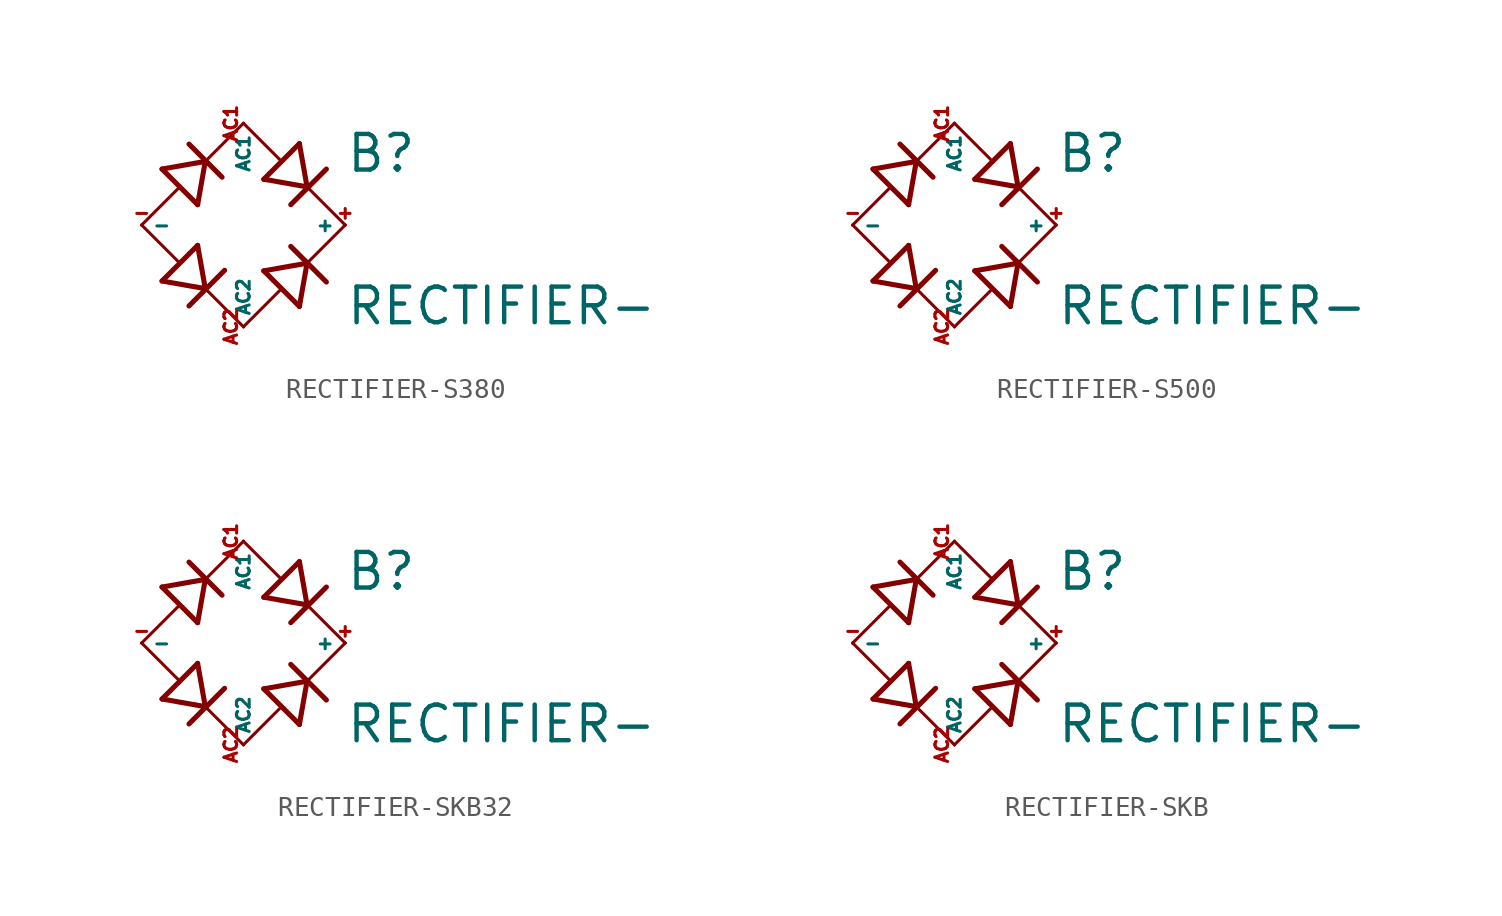
<source format=kicad_sym>
(kicad_symbol_lib
  (version 20220914)
  (generator Eagle2Kicad)
  (symbol "RECTIFIER-S380"
    (property "Reference" "B"
      (at 5.08 2.54 0)
      (effects (font (size 1.778 1.778) (thickness 0.22)) (justify left bottom)))
    (property "Value" "RECTIFIER-"
      (at 5.08 -5.08 0)
      (effects (font (size 1.778 1.778) (thickness 0.22)) (justify left bottom)))
    (polyline
      (pts (xy -1.905 -3.175) (xy -4.064 -2.794))
      (stroke (width 0.254) (type default))
      (fill (type none)))
    (polyline
      (pts (xy -1.905 -3.175) (xy -2.286 -1.016))
      (stroke (width 0.254) (type default))
      (fill (type none)))
    (polyline
      (pts (xy -2.718 -4.039) (xy -0.94 -2.261))
      (stroke (width 0.254) (type default))
      (fill (type none)))
    (polyline
      (pts (xy -1.905 3.175) (xy -4.064 2.794))
      (stroke (width 0.254) (type default))
      (fill (type none)))
    (polyline
      (pts (xy -1.905 3.175) (xy -2.286 1.016))
      (stroke (width 0.254) (type default))
      (fill (type none)))
    (polyline
      (pts (xy -2.718 4.039) (xy -1.067 2.388))
      (stroke (width 0.254) (type default))
      (fill (type none)))
    (polyline
      (pts (xy 3.175 1.905) (xy 2.794 4.064))
      (stroke (width 0.254) (type default))
      (fill (type none)))
    (polyline
      (pts (xy 3.175 1.905) (xy 1.016 2.286))
      (stroke (width 0.254) (type default))
      (fill (type none)))
    (polyline
      (pts (xy 2.362 1.016) (xy 4.14 2.794))
      (stroke (width 0.254) (type default))
      (fill (type none)))
    (polyline
      (pts (xy 3.175 -1.905) (xy 2.794 -4.064))
      (stroke (width 0.254) (type default))
      (fill (type none)))
    (polyline
      (pts (xy 3.175 -1.905) (xy 1.016 -2.286))
      (stroke (width 0.254) (type default))
      (fill (type none)))
    (polyline
      (pts (xy 2.362 -1.067) (xy 4.14 -2.845))
      (stroke (width 0.254) (type default))
      (fill (type none)))
    (polyline
      (pts (xy 5.08 0) (xy 3.175 -1.905))
      (stroke (width 0.152) (type default))
      (fill (type none)))
    (polyline
      (pts (xy 0 -5.08) (xy -1.905 -3.175))
      (stroke (width 0.152) (type default))
      (fill (type none)))
    (polyline
      (pts (xy -3.277 -1.803) (xy -5.08 0))
      (stroke (width 0.152) (type default))
      (fill (type none)))
    (polyline
      (pts (xy -4.064 -2.794) (xy -2.286 -1.016))
      (stroke (width 0.254) (type default))
      (fill (type none)))
    (polyline
      (pts (xy -5.08 0) (xy -3.277 1.803))
      (stroke (width 0.152) (type default))
      (fill (type none)))
    (polyline
      (pts (xy -4.064 2.794) (xy -2.286 1.016))
      (stroke (width 0.254) (type default))
      (fill (type none)))
    (polyline
      (pts (xy -1.905 3.175) (xy 0 5.08))
      (stroke (width 0.152) (type default))
      (fill (type none)))
    (polyline
      (pts (xy 0 5.08) (xy 1.803 3.277))
      (stroke (width 0.152) (type default))
      (fill (type none)))
    (polyline
      (pts (xy 1.016 2.286) (xy 2.794 4.064))
      (stroke (width 0.254) (type default))
      (fill (type none)))
    (polyline
      (pts (xy 3.175 1.905) (xy 5.08 0))
      (stroke (width 0.152) (type default))
      (fill (type none)))
    (polyline
      (pts (xy 0 -5.08) (xy 1.803 -3.277))
      (stroke (width 0.152) (type default))
      (fill (type none)))
    (polyline
      (pts (xy 1.016 -2.286) (xy 2.794 -4.064))
      (stroke (width 0.254) (type default))
      (fill (type none)))
    (pin passive line
      (at 0 5.08 270)
      (length 0)
      (name "AC1" (effects (font (size 0.635 0.635) (thickness 0.08)) (justify left bottom)))
      (number "AC1" (effects (font (size 0.635 0.635) (thickness 0.08)) (justify left bottom))))
    (pin passive line
      (at 5.08 0 180)
      (length 0)
      (name "+" (effects (font (size 0.635 0.635) (thickness 0.08)) (justify left bottom)))
      (number "+" (effects (font (size 0.635 0.635) (thickness 0.08)) (justify left bottom))))
    (pin passive line
      (at 0 -5.08 90)
      (length 0)
      (name "AC2" (effects (font (size 0.635 0.635) (thickness 0.08)) (justify left bottom)))
      (number "AC2" (effects (font (size 0.635 0.635) (thickness 0.08)) (justify left bottom))))
    (pin passive line
      (at -5.08 0 0)
      (length 0)
      (name "-" (effects (font (size 0.635 0.635) (thickness 0.08)) (justify left bottom)))
      (number "-" (effects (font (size 0.635 0.635) (thickness 0.08)) (justify left bottom)))))
  (symbol "RECTIFIER-S500"
    (property "Reference" "B"
      (at 5.08 2.54 0)
      (effects (font (size 1.778 1.778) (thickness 0.22)) (justify left bottom)))
    (property "Value" "RECTIFIER-"
      (at 5.08 -5.08 0)
      (effects (font (size 1.778 1.778) (thickness 0.22)) (justify left bottom)))
    (polyline
      (pts (xy -1.905 -3.175) (xy -4.064 -2.794))
      (stroke (width 0.254) (type default))
      (fill (type none)))
    (polyline
      (pts (xy -1.905 -3.175) (xy -2.286 -1.016))
      (stroke (width 0.254) (type default))
      (fill (type none)))
    (polyline
      (pts (xy -2.718 -4.039) (xy -0.94 -2.261))
      (stroke (width 0.254) (type default))
      (fill (type none)))
    (polyline
      (pts (xy -1.905 3.175) (xy -4.064 2.794))
      (stroke (width 0.254) (type default))
      (fill (type none)))
    (polyline
      (pts (xy -1.905 3.175) (xy -2.286 1.016))
      (stroke (width 0.254) (type default))
      (fill (type none)))
    (polyline
      (pts (xy -2.718 4.039) (xy -1.067 2.388))
      (stroke (width 0.254) (type default))
      (fill (type none)))
    (polyline
      (pts (xy 3.175 1.905) (xy 2.794 4.064))
      (stroke (width 0.254) (type default))
      (fill (type none)))
    (polyline
      (pts (xy 3.175 1.905) (xy 1.016 2.286))
      (stroke (width 0.254) (type default))
      (fill (type none)))
    (polyline
      (pts (xy 2.362 1.016) (xy 4.14 2.794))
      (stroke (width 0.254) (type default))
      (fill (type none)))
    (polyline
      (pts (xy 3.175 -1.905) (xy 2.794 -4.064))
      (stroke (width 0.254) (type default))
      (fill (type none)))
    (polyline
      (pts (xy 3.175 -1.905) (xy 1.016 -2.286))
      (stroke (width 0.254) (type default))
      (fill (type none)))
    (polyline
      (pts (xy 2.362 -1.067) (xy 4.14 -2.845))
      (stroke (width 0.254) (type default))
      (fill (type none)))
    (polyline
      (pts (xy 5.08 0) (xy 3.175 -1.905))
      (stroke (width 0.152) (type default))
      (fill (type none)))
    (polyline
      (pts (xy 0 -5.08) (xy -1.905 -3.175))
      (stroke (width 0.152) (type default))
      (fill (type none)))
    (polyline
      (pts (xy -3.277 -1.803) (xy -5.08 0))
      (stroke (width 0.152) (type default))
      (fill (type none)))
    (polyline
      (pts (xy -4.064 -2.794) (xy -2.286 -1.016))
      (stroke (width 0.254) (type default))
      (fill (type none)))
    (polyline
      (pts (xy -5.08 0) (xy -3.277 1.803))
      (stroke (width 0.152) (type default))
      (fill (type none)))
    (polyline
      (pts (xy -4.064 2.794) (xy -2.286 1.016))
      (stroke (width 0.254) (type default))
      (fill (type none)))
    (polyline
      (pts (xy -1.905 3.175) (xy 0 5.08))
      (stroke (width 0.152) (type default))
      (fill (type none)))
    (polyline
      (pts (xy 0 5.08) (xy 1.803 3.277))
      (stroke (width 0.152) (type default))
      (fill (type none)))
    (polyline
      (pts (xy 1.016 2.286) (xy 2.794 4.064))
      (stroke (width 0.254) (type default))
      (fill (type none)))
    (polyline
      (pts (xy 3.175 1.905) (xy 5.08 0))
      (stroke (width 0.152) (type default))
      (fill (type none)))
    (polyline
      (pts (xy 0 -5.08) (xy 1.803 -3.277))
      (stroke (width 0.152) (type default))
      (fill (type none)))
    (polyline
      (pts (xy 1.016 -2.286) (xy 2.794 -4.064))
      (stroke (width 0.254) (type default))
      (fill (type none)))
    (pin passive line
      (at 0 5.08 270)
      (length 0)
      (name "AC1" (effects (font (size 0.635 0.635) (thickness 0.08)) (justify left bottom)))
      (number "AC1" (effects (font (size 0.635 0.635) (thickness 0.08)) (justify left bottom))))
    (pin passive line
      (at 5.08 0 180)
      (length 0)
      (name "+" (effects (font (size 0.635 0.635) (thickness 0.08)) (justify left bottom)))
      (number "+" (effects (font (size 0.635 0.635) (thickness 0.08)) (justify left bottom))))
    (pin passive line
      (at 0 -5.08 90)
      (length 0)
      (name "AC2" (effects (font (size 0.635 0.635) (thickness 0.08)) (justify left bottom)))
      (number "AC2" (effects (font (size 0.635 0.635) (thickness 0.08)) (justify left bottom))))
    (pin passive line
      (at -5.08 0 0)
      (length 0)
      (name "-" (effects (font (size 0.635 0.635) (thickness 0.08)) (justify left bottom)))
      (number "-" (effects (font (size 0.635 0.635) (thickness 0.08)) (justify left bottom)))))
  (symbol "RECTIFIER-SKB32"
    (property "Reference" "B"
      (at 5.08 2.54 0)
      (effects (font (size 1.778 1.778) (thickness 0.22)) (justify left bottom)))
    (property "Value" "RECTIFIER-"
      (at 5.08 -5.08 0)
      (effects (font (size 1.778 1.778) (thickness 0.22)) (justify left bottom)))
    (polyline
      (pts (xy -1.905 -3.175) (xy -4.064 -2.794))
      (stroke (width 0.254) (type default))
      (fill (type none)))
    (polyline
      (pts (xy -1.905 -3.175) (xy -2.286 -1.016))
      (stroke (width 0.254) (type default))
      (fill (type none)))
    (polyline
      (pts (xy -2.718 -4.039) (xy -0.94 -2.261))
      (stroke (width 0.254) (type default))
      (fill (type none)))
    (polyline
      (pts (xy -1.905 3.175) (xy -4.064 2.794))
      (stroke (width 0.254) (type default))
      (fill (type none)))
    (polyline
      (pts (xy -1.905 3.175) (xy -2.286 1.016))
      (stroke (width 0.254) (type default))
      (fill (type none)))
    (polyline
      (pts (xy -2.718 4.039) (xy -1.067 2.388))
      (stroke (width 0.254) (type default))
      (fill (type none)))
    (polyline
      (pts (xy 3.175 1.905) (xy 2.794 4.064))
      (stroke (width 0.254) (type default))
      (fill (type none)))
    (polyline
      (pts (xy 3.175 1.905) (xy 1.016 2.286))
      (stroke (width 0.254) (type default))
      (fill (type none)))
    (polyline
      (pts (xy 2.362 1.016) (xy 4.14 2.794))
      (stroke (width 0.254) (type default))
      (fill (type none)))
    (polyline
      (pts (xy 3.175 -1.905) (xy 2.794 -4.064))
      (stroke (width 0.254) (type default))
      (fill (type none)))
    (polyline
      (pts (xy 3.175 -1.905) (xy 1.016 -2.286))
      (stroke (width 0.254) (type default))
      (fill (type none)))
    (polyline
      (pts (xy 2.362 -1.067) (xy 4.14 -2.845))
      (stroke (width 0.254) (type default))
      (fill (type none)))
    (polyline
      (pts (xy 5.08 0) (xy 3.175 -1.905))
      (stroke (width 0.152) (type default))
      (fill (type none)))
    (polyline
      (pts (xy 0 -5.08) (xy -1.905 -3.175))
      (stroke (width 0.152) (type default))
      (fill (type none)))
    (polyline
      (pts (xy -3.277 -1.803) (xy -5.08 0))
      (stroke (width 0.152) (type default))
      (fill (type none)))
    (polyline
      (pts (xy -4.064 -2.794) (xy -2.286 -1.016))
      (stroke (width 0.254) (type default))
      (fill (type none)))
    (polyline
      (pts (xy -5.08 0) (xy -3.277 1.803))
      (stroke (width 0.152) (type default))
      (fill (type none)))
    (polyline
      (pts (xy -4.064 2.794) (xy -2.286 1.016))
      (stroke (width 0.254) (type default))
      (fill (type none)))
    (polyline
      (pts (xy -1.905 3.175) (xy 0 5.08))
      (stroke (width 0.152) (type default))
      (fill (type none)))
    (polyline
      (pts (xy 0 5.08) (xy 1.803 3.277))
      (stroke (width 0.152) (type default))
      (fill (type none)))
    (polyline
      (pts (xy 1.016 2.286) (xy 2.794 4.064))
      (stroke (width 0.254) (type default))
      (fill (type none)))
    (polyline
      (pts (xy 3.175 1.905) (xy 5.08 0))
      (stroke (width 0.152) (type default))
      (fill (type none)))
    (polyline
      (pts (xy 0 -5.08) (xy 1.803 -3.277))
      (stroke (width 0.152) (type default))
      (fill (type none)))
    (polyline
      (pts (xy 1.016 -2.286) (xy 2.794 -4.064))
      (stroke (width 0.254) (type default))
      (fill (type none)))
    (pin passive line
      (at 0 5.08 270)
      (length 0)
      (name "AC1" (effects (font (size 0.635 0.635) (thickness 0.08)) (justify left bottom)))
      (number "AC1" (effects (font (size 0.635 0.635) (thickness 0.08)) (justify left bottom))))
    (pin passive line
      (at 5.08 0 180)
      (length 0)
      (name "+" (effects (font (size 0.635 0.635) (thickness 0.08)) (justify left bottom)))
      (number "+" (effects (font (size 0.635 0.635) (thickness 0.08)) (justify left bottom))))
    (pin passive line
      (at 0 -5.08 90)
      (length 0)
      (name "AC2" (effects (font (size 0.635 0.635) (thickness 0.08)) (justify left bottom)))
      (number "AC2" (effects (font (size 0.635 0.635) (thickness 0.08)) (justify left bottom))))
    (pin passive line
      (at -5.08 0 0)
      (length 0)
      (name "-" (effects (font (size 0.635 0.635) (thickness 0.08)) (justify left bottom)))
      (number "-" (effects (font (size 0.635 0.635) (thickness 0.08)) (justify left bottom)))))
  (symbol "RECTIFIER-SKB"
    (property "Reference" "B"
      (at 5.08 2.54 0)
      (effects (font (size 1.778 1.778) (thickness 0.22)) (justify left bottom)))
    (property "Value" "RECTIFIER-"
      (at 5.08 -5.08 0)
      (effects (font (size 1.778 1.778) (thickness 0.22)) (justify left bottom)))
    (polyline
      (pts (xy -1.905 -3.175) (xy -4.064 -2.794))
      (stroke (width 0.254) (type default))
      (fill (type none)))
    (polyline
      (pts (xy -1.905 -3.175) (xy -2.286 -1.016))
      (stroke (width 0.254) (type default))
      (fill (type none)))
    (polyline
      (pts (xy -2.718 -4.039) (xy -0.94 -2.261))
      (stroke (width 0.254) (type default))
      (fill (type none)))
    (polyline
      (pts (xy -1.905 3.175) (xy -4.064 2.794))
      (stroke (width 0.254) (type default))
      (fill (type none)))
    (polyline
      (pts (xy -1.905 3.175) (xy -2.286 1.016))
      (stroke (width 0.254) (type default))
      (fill (type none)))
    (polyline
      (pts (xy -2.718 4.039) (xy -1.067 2.388))
      (stroke (width 0.254) (type default))
      (fill (type none)))
    (polyline
      (pts (xy 3.175 1.905) (xy 2.794 4.064))
      (stroke (width 0.254) (type default))
      (fill (type none)))
    (polyline
      (pts (xy 3.175 1.905) (xy 1.016 2.286))
      (stroke (width 0.254) (type default))
      (fill (type none)))
    (polyline
      (pts (xy 2.362 1.016) (xy 4.14 2.794))
      (stroke (width 0.254) (type default))
      (fill (type none)))
    (polyline
      (pts (xy 3.175 -1.905) (xy 2.794 -4.064))
      (stroke (width 0.254) (type default))
      (fill (type none)))
    (polyline
      (pts (xy 3.175 -1.905) (xy 1.016 -2.286))
      (stroke (width 0.254) (type default))
      (fill (type none)))
    (polyline
      (pts (xy 2.362 -1.067) (xy 4.14 -2.845))
      (stroke (width 0.254) (type default))
      (fill (type none)))
    (polyline
      (pts (xy 5.08 0) (xy 3.175 -1.905))
      (stroke (width 0.152) (type default))
      (fill (type none)))
    (polyline
      (pts (xy 0 -5.08) (xy -1.905 -3.175))
      (stroke (width 0.152) (type default))
      (fill (type none)))
    (polyline
      (pts (xy -3.277 -1.803) (xy -5.08 0))
      (stroke (width 0.152) (type default))
      (fill (type none)))
    (polyline
      (pts (xy -4.064 -2.794) (xy -2.286 -1.016))
      (stroke (width 0.254) (type default))
      (fill (type none)))
    (polyline
      (pts (xy -5.08 0) (xy -3.277 1.803))
      (stroke (width 0.152) (type default))
      (fill (type none)))
    (polyline
      (pts (xy -4.064 2.794) (xy -2.286 1.016))
      (stroke (width 0.254) (type default))
      (fill (type none)))
    (polyline
      (pts (xy -1.905 3.175) (xy 0 5.08))
      (stroke (width 0.152) (type default))
      (fill (type none)))
    (polyline
      (pts (xy 0 5.08) (xy 1.803 3.277))
      (stroke (width 0.152) (type default))
      (fill (type none)))
    (polyline
      (pts (xy 1.016 2.286) (xy 2.794 4.064))
      (stroke (width 0.254) (type default))
      (fill (type none)))
    (polyline
      (pts (xy 3.175 1.905) (xy 5.08 0))
      (stroke (width 0.152) (type default))
      (fill (type none)))
    (polyline
      (pts (xy 0 -5.08) (xy 1.803 -3.277))
      (stroke (width 0.152) (type default))
      (fill (type none)))
    (polyline
      (pts (xy 1.016 -2.286) (xy 2.794 -4.064))
      (stroke (width 0.254) (type default))
      (fill (type none)))
    (pin passive line
      (at 0 5.08 270)
      (length 0)
      (name "AC1" (effects (font (size 0.635 0.635) (thickness 0.08)) (justify left bottom)))
      (number "AC1" (effects (font (size 0.635 0.635) (thickness 0.08)) (justify left bottom))))
    (pin passive line
      (at 5.08 0 180)
      (length 0)
      (name "+" (effects (font (size 0.635 0.635) (thickness 0.08)) (justify left bottom)))
      (number "+" (effects (font (size 0.635 0.635) (thickness 0.08)) (justify left bottom))))
    (pin passive line
      (at 0 -5.08 90)
      (length 0)
      (name "AC2" (effects (font (size 0.635 0.635) (thickness 0.08)) (justify left bottom)))
      (number "AC2" (effects (font (size 0.635 0.635) (thickness 0.08)) (justify left bottom))))
    (pin passive line
      (at -5.08 0 0)
      (length 0)
      (name "-" (effects (font (size 0.635 0.635) (thickness 0.08)) (justify left bottom)))
      (number "-" (effects (font (size 0.635 0.635) (thickness 0.08)) (justify left bottom))))))
</source>
